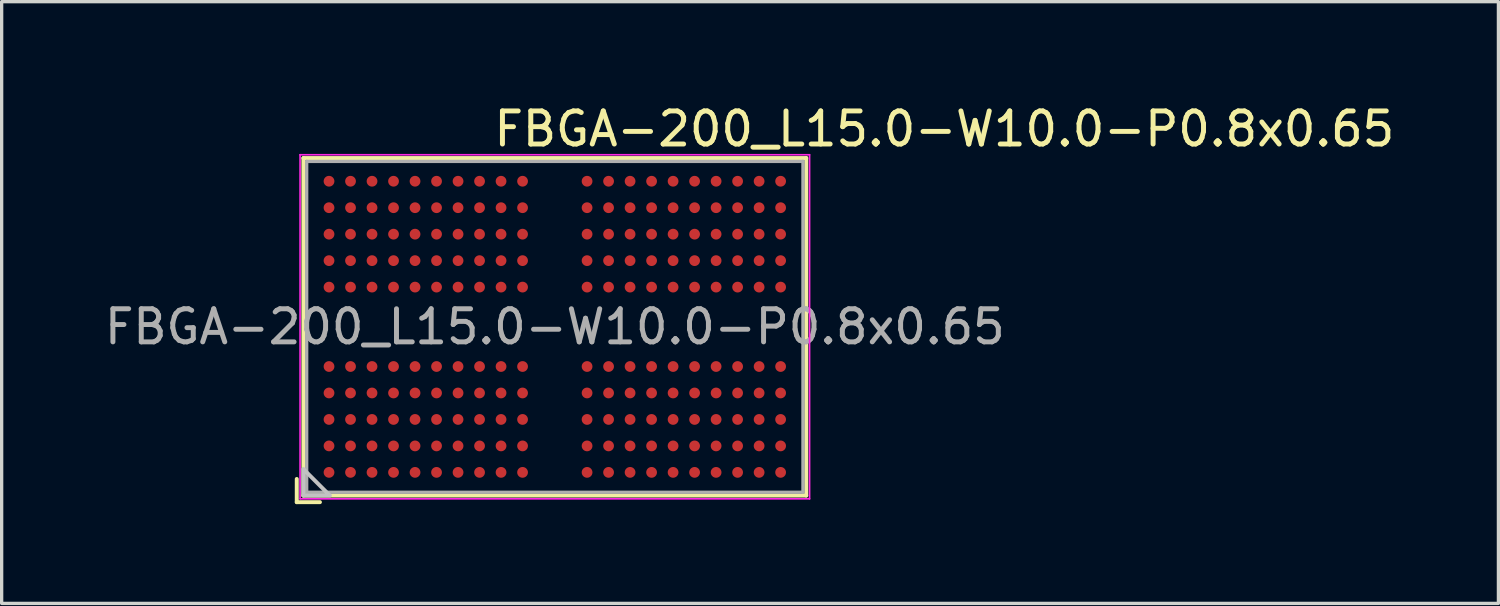
<source format=kicad_pcb>
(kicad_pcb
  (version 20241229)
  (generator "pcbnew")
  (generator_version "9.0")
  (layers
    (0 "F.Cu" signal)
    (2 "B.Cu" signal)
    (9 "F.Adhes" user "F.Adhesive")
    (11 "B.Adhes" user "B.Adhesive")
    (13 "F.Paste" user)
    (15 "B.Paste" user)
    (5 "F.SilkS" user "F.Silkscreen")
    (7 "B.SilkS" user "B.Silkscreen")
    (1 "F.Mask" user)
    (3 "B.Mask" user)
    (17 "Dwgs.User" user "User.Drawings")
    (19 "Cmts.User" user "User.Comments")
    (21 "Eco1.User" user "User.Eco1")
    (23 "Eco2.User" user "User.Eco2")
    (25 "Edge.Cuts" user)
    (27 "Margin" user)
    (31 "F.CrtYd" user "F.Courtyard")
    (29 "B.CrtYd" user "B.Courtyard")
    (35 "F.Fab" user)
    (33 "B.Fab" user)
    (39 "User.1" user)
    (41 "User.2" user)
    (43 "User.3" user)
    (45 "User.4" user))
  (footprint "FBGA-200_L15.0-W10.0-P0.8x0.65"
    (layer "F.Cu")
    (at 13.72 6.828)
    (property "Reference" "FBGA-200_L15.0-W10.0-P0.8x0.65" (at -1.92 -5.98 0) (layer "F.SilkS") (effects (font (size 1 1) (thickness 0.15)) (justify left)))
    (attr through_hole)
    (fp_line (start -7.8 4.6) (end -7.8 5.3) (stroke (width 0.12) (type solid)) (layer "F.SilkS"))
    (fp_line (start -7.8 5.3) (end -7.1 5.3) (stroke (width 0.12) (type solid)) (layer "F.SilkS"))
    (fp_line (start -7.6 -5.1) (end 7.6 -5.1) (stroke (width 0.12) (type solid)) (layer "F.SilkS"))
    (fp_line (start -7.6 5.1) (end -7.6 -5.1) (stroke (width 0.12) (type solid)) (layer "F.SilkS"))
    (fp_line (start 7.6 -5.1) (end 7.6 5.1) (stroke (width 0.12) (type solid)) (layer "F.SilkS"))
    (fp_line (start 7.6 5.1) (end -7.6 5.1) (stroke (width 0.12) (type solid)) (layer "F.SilkS"))
    (fp_poly (pts (xy -6.8 5.1) (xy -7.6 5.1) (xy -7.6 4.3) (xy -6.8 5.1)) (stroke (width 0.12) (type solid)) (fill no) (layer "Dwgs.User"))
    (fp_circle (center -7.5 5) (end -7.47 5) (stroke (width 0.06) (type solid)) (fill no) (layer "Eco2.User"))
    (fp_circle (center -6.825 -4.4) (end -6.75 -4.4) (stroke (width 0.15) (type solid)) (fill no) (layer "Eco2.User"))
    (fp_circle (center -6.825 -3.6) (end -6.75 -3.6) (stroke (width 0.15) (type solid)) (fill no) (layer "Eco2.User"))
    (fp_circle (center -6.825 -2.8) (end -6.75 -2.8) (stroke (width 0.15) (type solid)) (fill no) (layer "Eco2.User"))
    (fp_circle (center -6.825 -2) (end -6.75 -2) (stroke (width 0.15) (type solid)) (fill no) (layer "Eco2.User"))
    (fp_circle (center -6.825 -1.2) (end -6.75 -1.2) (stroke (width 0.15) (type solid)) (fill no) (layer "Eco2.User"))
    (fp_circle (center -6.825 1.2) (end -6.75 1.2) (stroke (width 0.15) (type solid)) (fill no) (layer "Eco2.User"))
    (fp_circle (center -6.825 2) (end -6.75 2) (stroke (width 0.15) (type solid)) (fill no) (layer "Eco2.User"))
    (fp_circle (center -6.825 2.8) (end -6.75 2.8) (stroke (width 0.15) (type solid)) (fill no) (layer "Eco2.User"))
    (fp_circle (center -6.825 3.6) (end -6.75 3.6) (stroke (width 0.15) (type solid)) (fill no) (layer "Eco2.User"))
    (fp_circle (center -6.825 4.4) (end -6.75 4.4) (stroke (width 0.15) (type solid)) (fill no) (layer "Eco2.User"))
    (fp_circle (center -6.175 -4.4) (end -6.1 -4.4) (stroke (width 0.15) (type solid)) (fill no) (layer "Eco2.User"))
    (fp_circle (center -6.175 -3.6) (end -6.1 -3.6) (stroke (width 0.15) (type solid)) (fill no) (layer "Eco2.User"))
    (fp_circle (center -6.175 -2.8) (end -6.1 -2.8) (stroke (width 0.15) (type solid)) (fill no) (layer "Eco2.User"))
    (fp_circle (center -6.175 -2) (end -6.1 -2) (stroke (width 0.15) (type solid)) (fill no) (layer "Eco2.User"))
    (fp_circle (center -6.175 -1.2) (end -6.1 -1.2) (stroke (width 0.15) (type solid)) (fill no) (layer "Eco2.User"))
    (fp_circle (center -6.175 1.2) (end -6.1 1.2) (stroke (width 0.15) (type solid)) (fill no) (layer "Eco2.User"))
    (fp_circle (center -6.175 2) (end -6.1 2) (stroke (width 0.15) (type solid)) (fill no) (layer "Eco2.User"))
    (fp_circle (center -6.175 2.8) (end -6.1 2.8) (stroke (width 0.15) (type solid)) (fill no) (layer "Eco2.User"))
    (fp_circle (center -6.175 3.6) (end -6.1 3.6) (stroke (width 0.15) (type solid)) (fill no) (layer "Eco2.User"))
    (fp_circle (center -6.175 4.4) (end -6.1 4.4) (stroke (width 0.15) (type solid)) (fill no) (layer "Eco2.User"))
    (fp_circle (center -5.525 -4.4) (end -5.45 -4.4) (stroke (width 0.15) (type solid)) (fill no) (layer "Eco2.User"))
    (fp_circle (center -5.525 -3.6) (end -5.45 -3.6) (stroke (width 0.15) (type solid)) (fill no) (layer "Eco2.User"))
    (fp_circle (center -5.525 -2.8) (end -5.45 -2.8) (stroke (width 0.15) (type solid)) (fill no) (layer "Eco2.User"))
    (fp_circle (center -5.525 -2) (end -5.45 -2) (stroke (width 0.15) (type solid)) (fill no) (layer "Eco2.User"))
    (fp_circle (center -5.525 -1.2) (end -5.45 -1.2) (stroke (width 0.15) (type solid)) (fill no) (layer "Eco2.User"))
    (fp_circle (center -5.525 1.2) (end -5.45 1.2) (stroke (width 0.15) (type solid)) (fill no) (layer "Eco2.User"))
    (fp_circle (center -5.525 2) (end -5.45 2) (stroke (width 0.15) (type solid)) (fill no) (layer "Eco2.User"))
    (fp_circle (center -5.525 2.8) (end -5.45 2.8) (stroke (width 0.15) (type solid)) (fill no) (layer "Eco2.User"))
    (fp_circle (center -5.525 3.6) (end -5.45 3.6) (stroke (width 0.15) (type solid)) (fill no) (layer "Eco2.User"))
    (fp_circle (center -5.525 4.4) (end -5.45 4.4) (stroke (width 0.15) (type solid)) (fill no) (layer "Eco2.User"))
    (fp_circle (center -4.875 -4.4) (end -4.8 -4.4) (stroke (width 0.15) (type solid)) (fill no) (layer "Eco2.User"))
    (fp_circle (center -4.875 -3.6) (end -4.8 -3.6) (stroke (width 0.15) (type solid)) (fill no) (layer "Eco2.User"))
    (fp_circle (center -4.875 -2.8) (end -4.8 -2.8) (stroke (width 0.15) (type solid)) (fill no) (layer "Eco2.User"))
    (fp_circle (center -4.875 -2) (end -4.8 -2) (stroke (width 0.15) (type solid)) (fill no) (layer "Eco2.User"))
    (fp_circle (center -4.875 -1.2) (end -4.8 -1.2) (stroke (width 0.15) (type solid)) (fill no) (layer "Eco2.User"))
    (fp_circle (center -4.875 1.2) (end -4.8 1.2) (stroke (width 0.15) (type solid)) (fill no) (layer "Eco2.User"))
    (fp_circle (center -4.875 2) (end -4.8 2) (stroke (width 0.15) (type solid)) (fill no) (layer "Eco2.User"))
    (fp_circle (center -4.875 2.8) (end -4.8 2.8) (stroke (width 0.15) (type solid)) (fill no) (layer "Eco2.User"))
    (fp_circle (center -4.875 3.6) (end -4.8 3.6) (stroke (width 0.15) (type solid)) (fill no) (layer "Eco2.User"))
    (fp_circle (center -4.875 4.4) (end -4.8 4.4) (stroke (width 0.15) (type solid)) (fill no) (layer "Eco2.User"))
    (fp_circle (center -4.225 -4.4) (end -4.15 -4.4) (stroke (width 0.15) (type solid)) (fill no) (layer "Eco2.User"))
    (fp_circle (center -4.225 -3.6) (end -4.15 -3.6) (stroke (width 0.15) (type solid)) (fill no) (layer "Eco2.User"))
    (fp_circle (center -4.225 -2.8) (end -4.15 -2.8) (stroke (width 0.15) (type solid)) (fill no) (layer "Eco2.User"))
    (fp_circle (center -4.225 -2) (end -4.15 -2) (stroke (width 0.15) (type solid)) (fill no) (layer "Eco2.User"))
    (fp_circle (center -4.225 -1.2) (end -4.15 -1.2) (stroke (width 0.15) (type solid)) (fill no) (layer "Eco2.User"))
    (fp_circle (center -4.225 1.2) (end -4.15 1.2) (stroke (width 0.15) (type solid)) (fill no) (layer "Eco2.User"))
    (fp_circle (center -4.225 2) (end -4.15 2) (stroke (width 0.15) (type solid)) (fill no) (layer "Eco2.User"))
    (fp_circle (center -4.225 2.8) (end -4.15 2.8) (stroke (width 0.15) (type solid)) (fill no) (layer "Eco2.User"))
    (fp_circle (center -4.225 3.6) (end -4.15 3.6) (stroke (width 0.15) (type solid)) (fill no) (layer "Eco2.User"))
    (fp_circle (center -4.225 4.4) (end -4.15 4.4) (stroke (width 0.15) (type solid)) (fill no) (layer "Eco2.User"))
    (fp_circle (center -3.575 -4.4) (end -3.5 -4.4) (stroke (width 0.15) (type solid)) (fill no) (layer "Eco2.User"))
    (fp_circle (center -3.575 -3.6) (end -3.5 -3.6) (stroke (width 0.15) (type solid)) (fill no) (layer "Eco2.User"))
    (fp_circle (center -3.575 -2.8) (end -3.5 -2.8) (stroke (width 0.15) (type solid)) (fill no) (layer "Eco2.User"))
    (fp_circle (center -3.575 -2) (end -3.5 -2) (stroke (width 0.15) (type solid)) (fill no) (layer "Eco2.User"))
    (fp_circle (center -3.575 -1.2) (end -3.5 -1.2) (stroke (width 0.15) (type solid)) (fill no) (layer "Eco2.User"))
    (fp_circle (center -3.575 1.2) (end -3.5 1.2) (stroke (width 0.15) (type solid)) (fill no) (layer "Eco2.User"))
    (fp_circle (center -3.575 2) (end -3.5 2) (stroke (width 0.15) (type solid)) (fill no) (layer "Eco2.User"))
    (fp_circle (center -3.575 2.8) (end -3.5 2.8) (stroke (width 0.15) (type solid)) (fill no) (layer "Eco2.User"))
    (fp_circle (center -3.575 3.6) (end -3.5 3.6) (stroke (width 0.15) (type solid)) (fill no) (layer "Eco2.User"))
    (fp_circle (center -3.575 4.4) (end -3.5 4.4) (stroke (width 0.15) (type solid)) (fill no) (layer "Eco2.User"))
    (fp_circle (center -2.925 -4.4) (end -2.85 -4.4) (stroke (width 0.15) (type solid)) (fill no) (layer "Eco2.User"))
    (fp_circle (center -2.925 -3.6) (end -2.85 -3.6) (stroke (width 0.15) (type solid)) (fill no) (layer "Eco2.User"))
    (fp_circle (center -2.925 -2.8) (end -2.85 -2.8) (stroke (width 0.15) (type solid)) (fill no) (layer "Eco2.User"))
    (fp_circle (center -2.925 -2) (end -2.85 -2) (stroke (width 0.15) (type solid)) (fill no) (layer "Eco2.User"))
    (fp_circle (center -2.925 -1.2) (end -2.85 -1.2) (stroke (width 0.15) (type solid)) (fill no) (layer "Eco2.User"))
    (fp_circle (center -2.925 1.2) (end -2.85 1.2) (stroke (width 0.15) (type solid)) (fill no) (layer "Eco2.User"))
    (fp_circle (center -2.925 2) (end -2.85 2) (stroke (width 0.15) (type solid)) (fill no) (layer "Eco2.User"))
    (fp_circle (center -2.925 2.8) (end -2.85 2.8) (stroke (width 0.15) (type solid)) (fill no) (layer "Eco2.User"))
    (fp_circle (center -2.925 3.6) (end -2.85 3.6) (stroke (width 0.15) (type solid)) (fill no) (layer "Eco2.User"))
    (fp_circle (center -2.925 4.4) (end -2.85 4.4) (stroke (width 0.15) (type solid)) (fill no) (layer "Eco2.User"))
    (fp_circle (center -2.275 -4.4) (end -2.2 -4.4) (stroke (width 0.15) (type solid)) (fill no) (layer "Eco2.User"))
    (fp_circle (center -2.275 -3.6) (end -2.2 -3.6) (stroke (width 0.15) (type solid)) (fill no) (layer "Eco2.User"))
    (fp_circle (center -2.275 -2.8) (end -2.2 -2.8) (stroke (width 0.15) (type solid)) (fill no) (layer "Eco2.User"))
    (fp_circle (center -2.275 -2) (end -2.2 -2) (stroke (width 0.15) (type solid)) (fill no) (layer "Eco2.User"))
    (fp_circle (center -2.275 -1.2) (end -2.2 -1.2) (stroke (width 0.15) (type solid)) (fill no) (layer "Eco2.User"))
    (fp_circle (center -2.275 1.2) (end -2.2 1.2) (stroke (width 0.15) (type solid)) (fill no) (layer "Eco2.User"))
    (fp_circle (center -2.275 2) (end -2.2 2) (stroke (width 0.15) (type solid)) (fill no) (layer "Eco2.User"))
    (fp_circle (center -2.275 2.8) (end -2.2 2.8) (stroke (width 0.15) (type solid)) (fill no) (layer "Eco2.User"))
    (fp_circle (center -2.275 3.6) (end -2.2 3.6) (stroke (width 0.15) (type solid)) (fill no) (layer "Eco2.User"))
    (fp_circle (center -2.275 4.4) (end -2.2 4.4) (stroke (width 0.15) (type solid)) (fill no) (layer "Eco2.User"))
    (fp_circle (center -1.625 -4.4) (end -1.55 -4.4) (stroke (width 0.15) (type solid)) (fill no) (layer "Eco2.User"))
    (fp_circle (center -1.625 -3.6) (end -1.55 -3.6) (stroke (width 0.15) (type solid)) (fill no) (layer "Eco2.User"))
    (fp_circle (center -1.625 -2.8) (end -1.55 -2.8) (stroke (width 0.15) (type solid)) (fill no) (layer "Eco2.User"))
    (fp_circle (center -1.625 -2) (end -1.55 -2) (stroke (width 0.15) (type solid)) (fill no) (layer "Eco2.User"))
    (fp_circle (center -1.625 -1.2) (end -1.55 -1.2) (stroke (width 0.15) (type solid)) (fill no) (layer "Eco2.User"))
    (fp_circle (center -1.625 1.2) (end -1.55 1.2) (stroke (width 0.15) (type solid)) (fill no) (layer "Eco2.User"))
    (fp_circle (center -1.625 2) (end -1.55 2) (stroke (width 0.15) (type solid)) (fill no) (layer "Eco2.User"))
    (fp_circle (center -1.625 2.8) (end -1.55 2.8) (stroke (width 0.15) (type solid)) (fill no) (layer "Eco2.User"))
    (fp_circle (center -1.625 3.6) (end -1.55 3.6) (stroke (width 0.15) (type solid)) (fill no) (layer "Eco2.User"))
    (fp_circle (center -1.625 4.4) (end -1.55 4.4) (stroke (width 0.15) (type solid)) (fill no) (layer "Eco2.User"))
    (fp_circle (center -0.975 -4.4) (end -0.9 -4.4) (stroke (width 0.15) (type solid)) (fill no) (layer "Eco2.User"))
    (fp_circle (center -0.975 -3.6) (end -0.9 -3.6) (stroke (width 0.15) (type solid)) (fill no) (layer "Eco2.User"))
    (fp_circle (center -0.975 -2.8) (end -0.9 -2.8) (stroke (width 0.15) (type solid)) (fill no) (layer "Eco2.User"))
    (fp_circle (center -0.975 -2) (end -0.9 -2) (stroke (width 0.15) (type solid)) (fill no) (layer "Eco2.User"))
    (fp_circle (center -0.975 -1.2) (end -0.9 -1.2) (stroke (width 0.15) (type solid)) (fill no) (layer "Eco2.User"))
    (fp_circle (center -0.975 1.2) (end -0.9 1.2) (stroke (width 0.15) (type solid)) (fill no) (layer "Eco2.User"))
    (fp_circle (center -0.975 2) (end -0.9 2) (stroke (width 0.15) (type solid)) (fill no) (layer "Eco2.User"))
    (fp_circle (center -0.975 2.8) (end -0.9 2.8) (stroke (width 0.15) (type solid)) (fill no) (layer "Eco2.User"))
    (fp_circle (center -0.975 3.6) (end -0.9 3.6) (stroke (width 0.15) (type solid)) (fill no) (layer "Eco2.User"))
    (fp_circle (center -0.975 4.4) (end -0.9 4.4) (stroke (width 0.15) (type solid)) (fill no) (layer "Eco2.User"))
    (fp_circle (center 0.975 -4.4) (end 1.05 -4.4) (stroke (width 0.15) (type solid)) (fill no) (layer "Eco2.User"))
    (fp_circle (center 0.975 -3.6) (end 1.05 -3.6) (stroke (width 0.15) (type solid)) (fill no) (layer "Eco2.User"))
    (fp_circle (center 0.975 -2.8) (end 1.05 -2.8) (stroke (width 0.15) (type solid)) (fill no) (layer "Eco2.User"))
    (fp_circle (center 0.975 -2) (end 1.05 -2) (stroke (width 0.15) (type solid)) (fill no) (layer "Eco2.User"))
    (fp_circle (center 0.975 -1.2) (end 1.05 -1.2) (stroke (width 0.15) (type solid)) (fill no) (layer "Eco2.User"))
    (fp_circle (center 0.975 1.2) (end 1.05 1.2) (stroke (width 0.15) (type solid)) (fill no) (layer "Eco2.User"))
    (fp_circle (center 0.975 2) (end 1.05 2) (stroke (width 0.15) (type solid)) (fill no) (layer "Eco2.User"))
    (fp_circle (center 0.975 2.8) (end 1.05 2.8) (stroke (width 0.15) (type solid)) (fill no) (layer "Eco2.User"))
    (fp_circle (center 0.975 3.6) (end 1.05 3.6) (stroke (width 0.15) (type solid)) (fill no) (layer "Eco2.User"))
    (fp_circle (center 0.975 4.4) (end 1.05 4.4) (stroke (width 0.15) (type solid)) (fill no) (layer "Eco2.User"))
    (fp_circle (center 1.625 -4.4) (end 1.7 -4.4) (stroke (width 0.15) (type solid)) (fill no) (layer "Eco2.User"))
    (fp_circle (center 1.625 -3.6) (end 1.7 -3.6) (stroke (width 0.15) (type solid)) (fill no) (layer "Eco2.User"))
    (fp_circle (center 1.625 -2.8) (end 1.7 -2.8) (stroke (width 0.15) (type solid)) (fill no) (layer "Eco2.User"))
    (fp_circle (center 1.625 -2) (end 1.7 -2) (stroke (width 0.15) (type solid)) (fill no) (layer "Eco2.User"))
    (fp_circle (center 1.625 -1.2) (end 1.7 -1.2) (stroke (width 0.15) (type solid)) (fill no) (layer "Eco2.User"))
    (fp_circle (center 1.625 1.2) (end 1.7 1.2) (stroke (width 0.15) (type solid)) (fill no) (layer "Eco2.User"))
    (fp_circle (center 1.625 2) (end 1.7 2) (stroke (width 0.15) (type solid)) (fill no) (layer "Eco2.User"))
    (fp_circle (center 1.625 2.8) (end 1.7 2.8) (stroke (width 0.15) (type solid)) (fill no) (layer "Eco2.User"))
    (fp_circle (center 1.625 3.6) (end 1.7 3.6) (stroke (width 0.15) (type solid)) (fill no) (layer "Eco2.User"))
    (fp_circle (center 1.625 4.4) (end 1.7 4.4) (stroke (width 0.15) (type solid)) (fill no) (layer "Eco2.User"))
    (fp_circle (center 2.275 -4.4) (end 2.35 -4.4) (stroke (width 0.15) (type solid)) (fill no) (layer "Eco2.User"))
    (fp_circle (center 2.275 -3.6) (end 2.35 -3.6) (stroke (width 0.15) (type solid)) (fill no) (layer "Eco2.User"))
    (fp_circle (center 2.275 -2.8) (end 2.35 -2.8) (stroke (width 0.15) (type solid)) (fill no) (layer "Eco2.User"))
    (fp_circle (center 2.275 -2) (end 2.35 -2) (stroke (width 0.15) (type solid)) (fill no) (layer "Eco2.User"))
    (fp_circle (center 2.275 -1.2) (end 2.35 -1.2) (stroke (width 0.15) (type solid)) (fill no) (layer "Eco2.User"))
    (fp_circle (center 2.275 1.2) (end 2.35 1.2) (stroke (width 0.15) (type solid)) (fill no) (layer "Eco2.User"))
    (fp_circle (center 2.275 2) (end 2.35 2) (stroke (width 0.15) (type solid)) (fill no) (layer "Eco2.User"))
    (fp_circle (center 2.275 2.8) (end 2.35 2.8) (stroke (width 0.15) (type solid)) (fill no) (layer "Eco2.User"))
    (fp_circle (center 2.275 3.6) (end 2.35 3.6) (stroke (width 0.15) (type solid)) (fill no) (layer "Eco2.User"))
    (fp_circle (center 2.275 4.4) (end 2.35 4.4) (stroke (width 0.15) (type solid)) (fill no) (layer "Eco2.User"))
    (fp_circle (center 2.925 -4.4) (end 3 -4.4) (stroke (width 0.15) (type solid)) (fill no) (layer "Eco2.User"))
    (fp_circle (center 2.925 -3.6) (end 3 -3.6) (stroke (width 0.15) (type solid)) (fill no) (layer "Eco2.User"))
    (fp_circle (center 2.925 -2.8) (end 3 -2.8) (stroke (width 0.15) (type solid)) (fill no) (layer "Eco2.User"))
    (fp_circle (center 2.925 -2) (end 3 -2) (stroke (width 0.15) (type solid)) (fill no) (layer "Eco2.User"))
    (fp_circle (center 2.925 -1.2) (end 3 -1.2) (stroke (width 0.15) (type solid)) (fill no) (layer "Eco2.User"))
    (fp_circle (center 2.925 1.2) (end 3 1.2) (stroke (width 0.15) (type solid)) (fill no) (layer "Eco2.User"))
    (fp_circle (center 2.925 2) (end 3 2) (stroke (width 0.15) (type solid)) (fill no) (layer "Eco2.User"))
    (fp_circle (center 2.925 2.8) (end 3 2.8) (stroke (width 0.15) (type solid)) (fill no) (layer "Eco2.User"))
    (fp_circle (center 2.925 3.6) (end 3 3.6) (stroke (width 0.15) (type solid)) (fill no) (layer "Eco2.User"))
    (fp_circle (center 2.925 4.4) (end 3 4.4) (stroke (width 0.15) (type solid)) (fill no) (layer "Eco2.User"))
    (fp_circle (center 3.575 -4.4) (end 3.65 -4.4) (stroke (width 0.15) (type solid)) (fill no) (layer "Eco2.User"))
    (fp_circle (center 3.575 -3.6) (end 3.65 -3.6) (stroke (width 0.15) (type solid)) (fill no) (layer "Eco2.User"))
    (fp_circle (center 3.575 -2.8) (end 3.65 -2.8) (stroke (width 0.15) (type solid)) (fill no) (layer "Eco2.User"))
    (fp_circle (center 3.575 -2) (end 3.65 -2) (stroke (width 0.15) (type solid)) (fill no) (layer "Eco2.User"))
    (fp_circle (center 3.575 -1.2) (end 3.65 -1.2) (stroke (width 0.15) (type solid)) (fill no) (layer "Eco2.User"))
    (fp_circle (center 3.575 1.2) (end 3.65 1.2) (stroke (width 0.15) (type solid)) (fill no) (layer "Eco2.User"))
    (fp_circle (center 3.575 2) (end 3.65 2) (stroke (width 0.15) (type solid)) (fill no) (layer "Eco2.User"))
    (fp_circle (center 3.575 2.8) (end 3.65 2.8) (stroke (width 0.15) (type solid)) (fill no) (layer "Eco2.User"))
    (fp_circle (center 3.575 3.6) (end 3.65 3.6) (stroke (width 0.15) (type solid)) (fill no) (layer "Eco2.User"))
    (fp_circle (center 3.575 4.4) (end 3.65 4.4) (stroke (width 0.15) (type solid)) (fill no) (layer "Eco2.User"))
    (fp_circle (center 4.225 -4.4) (end 4.3 -4.4) (stroke (width 0.15) (type solid)) (fill no) (layer "Eco2.User"))
    (fp_circle (center 4.225 -3.6) (end 4.3 -3.6) (stroke (width 0.15) (type solid)) (fill no) (layer "Eco2.User"))
    (fp_circle (center 4.225 -2.8) (end 4.3 -2.8) (stroke (width 0.15) (type solid)) (fill no) (layer "Eco2.User"))
    (fp_circle (center 4.225 -2) (end 4.3 -2) (stroke (width 0.15) (type solid)) (fill no) (layer "Eco2.User"))
    (fp_circle (center 4.225 -1.2) (end 4.3 -1.2) (stroke (width 0.15) (type solid)) (fill no) (layer "Eco2.User"))
    (fp_circle (center 4.225 1.2) (end 4.3 1.2) (stroke (width 0.15) (type solid)) (fill no) (layer "Eco2.User"))
    (fp_circle (center 4.225 2) (end 4.3 2) (stroke (width 0.15) (type solid)) (fill no) (layer "Eco2.User"))
    (fp_circle (center 4.225 2.8) (end 4.3 2.8) (stroke (width 0.15) (type solid)) (fill no) (layer "Eco2.User"))
    (fp_circle (center 4.225 3.6) (end 4.3 3.6) (stroke (width 0.15) (type solid)) (fill no) (layer "Eco2.User"))
    (fp_circle (center 4.225 4.4) (end 4.3 4.4) (stroke (width 0.15) (type solid)) (fill no) (layer "Eco2.User"))
    (fp_circle (center 4.875 -4.4) (end 4.95 -4.4) (stroke (width 0.15) (type solid)) (fill no) (layer "Eco2.User"))
    (fp_circle (center 4.875 -3.6) (end 4.95 -3.6) (stroke (width 0.15) (type solid)) (fill no) (layer "Eco2.User"))
    (fp_circle (center 4.875 -2.8) (end 4.95 -2.8) (stroke (width 0.15) (type solid)) (fill no) (layer "Eco2.User"))
    (fp_circle (center 4.875 -2) (end 4.95 -2) (stroke (width 0.15) (type solid)) (fill no) (layer "Eco2.User"))
    (fp_circle (center 4.875 -1.2) (end 4.95 -1.2) (stroke (width 0.15) (type solid)) (fill no) (layer "Eco2.User"))
    (fp_circle (center 4.875 1.2) (end 4.95 1.2) (stroke (width 0.15) (type solid)) (fill no) (layer "Eco2.User"))
    (fp_circle (center 4.875 2) (end 4.95 2) (stroke (width 0.15) (type solid)) (fill no) (layer "Eco2.User"))
    (fp_circle (center 4.875 2.8) (end 4.95 2.8) (stroke (width 0.15) (type solid)) (fill no) (layer "Eco2.User"))
    (fp_circle (center 4.875 3.6) (end 4.95 3.6) (stroke (width 0.15) (type solid)) (fill no) (layer "Eco2.User"))
    (fp_circle (center 4.875 4.4) (end 4.95 4.4) (stroke (width 0.15) (type solid)) (fill no) (layer "Eco2.User"))
    (fp_circle (center 5.525 -4.4) (end 5.6 -4.4) (stroke (width 0.15) (type solid)) (fill no) (layer "Eco2.User"))
    (fp_circle (center 5.525 -3.6) (end 5.6 -3.6) (stroke (width 0.15) (type solid)) (fill no) (layer "Eco2.User"))
    (fp_circle (center 5.525 -2.8) (end 5.6 -2.8) (stroke (width 0.15) (type solid)) (fill no) (layer "Eco2.User"))
    (fp_circle (center 5.525 -2) (end 5.6 -2) (stroke (width 0.15) (type solid)) (fill no) (layer "Eco2.User"))
    (fp_circle (center 5.525 -1.2) (end 5.6 -1.2) (stroke (width 0.15) (type solid)) (fill no) (layer "Eco2.User"))
    (fp_circle (center 5.525 1.2) (end 5.6 1.2) (stroke (width 0.15) (type solid)) (fill no) (layer "Eco2.User"))
    (fp_circle (center 5.525 2) (end 5.6 2) (stroke (width 0.15) (type solid)) (fill no) (layer "Eco2.User"))
    (fp_circle (center 5.525 2.8) (end 5.6 2.8) (stroke (width 0.15) (type solid)) (fill no) (layer "Eco2.User"))
    (fp_circle (center 5.525 3.6) (end 5.6 3.6) (stroke (width 0.15) (type solid)) (fill no) (layer "Eco2.User"))
    (fp_circle (center 5.525 4.4) (end 5.6 4.4) (stroke (width 0.15) (type solid)) (fill no) (layer "Eco2.User"))
    (fp_circle (center 6.175 -4.4) (end 6.25 -4.4) (stroke (width 0.15) (type solid)) (fill no) (layer "Eco2.User"))
    (fp_circle (center 6.175 -3.6) (end 6.25 -3.6) (stroke (width 0.15) (type solid)) (fill no) (layer "Eco2.User"))
    (fp_circle (center 6.175 -2.8) (end 6.25 -2.8) (stroke (width 0.15) (type solid)) (fill no) (layer "Eco2.User"))
    (fp_circle (center 6.175 -2) (end 6.25 -2) (stroke (width 0.15) (type solid)) (fill no) (layer "Eco2.User"))
    (fp_circle (center 6.175 -1.2) (end 6.25 -1.2) (stroke (width 0.15) (type solid)) (fill no) (layer "Eco2.User"))
    (fp_circle (center 6.175 1.2) (end 6.25 1.2) (stroke (width 0.15) (type solid)) (fill no) (layer "Eco2.User"))
    (fp_circle (center 6.175 2) (end 6.25 2) (stroke (width 0.15) (type solid)) (fill no) (layer "Eco2.User"))
    (fp_circle (center 6.175 2.8) (end 6.25 2.8) (stroke (width 0.15) (type solid)) (fill no) (layer "Eco2.User"))
    (fp_circle (center 6.175 3.6) (end 6.25 3.6) (stroke (width 0.15) (type solid)) (fill no) (layer "Eco2.User"))
    (fp_circle (center 6.175 4.4) (end 6.25 4.4) (stroke (width 0.15) (type solid)) (fill no) (layer "Eco2.User"))
    (fp_circle (center 6.825 -4.4) (end 6.9 -4.4) (stroke (width 0.15) (type solid)) (fill no) (layer "Eco2.User"))
    (fp_circle (center 6.825 -3.6) (end 6.9 -3.6) (stroke (width 0.15) (type solid)) (fill no) (layer "Eco2.User"))
    (fp_circle (center 6.825 -2.8) (end 6.9 -2.8) (stroke (width 0.15) (type solid)) (fill no) (layer "Eco2.User"))
    (fp_circle (center 6.825 -2) (end 6.9 -2) (stroke (width 0.15) (type solid)) (fill no) (layer "Eco2.User"))
    (fp_circle (center 6.825 -1.2) (end 6.9 -1.2) (stroke (width 0.15) (type solid)) (fill no) (layer "Eco2.User"))
    (fp_circle (center 6.825 1.2) (end 6.9 1.2) (stroke (width 0.15) (type solid)) (fill no) (layer "Eco2.User"))
    (fp_circle (center 6.825 2) (end 6.9 2) (stroke (width 0.15) (type solid)) (fill no) (layer "Eco2.User"))
    (fp_circle (center 6.825 2.8) (end 6.9 2.8) (stroke (width 0.15) (type solid)) (fill no) (layer "Eco2.User"))
    (fp_circle (center 6.825 3.6) (end 6.9 3.6) (stroke (width 0.15) (type solid)) (fill no) (layer "Eco2.User"))
    (fp_circle (center 6.825 4.4) (end 6.9 4.4) (stroke (width 0.15) (type solid)) (fill no) (layer "Eco2.User"))
    (fp_line (start -7.7 -5.2) (end -7.7 5.2) (stroke (width 0.05) (type solid)) (layer "F.CrtYd"))
    (fp_line (start -7.7 5.2) (end 7.7 5.2) (stroke (width 0.05) (type solid)) (layer "F.CrtYd"))
    (fp_line (start 7.7 -5.2) (end -7.7 -5.2) (stroke (width 0.05) (type solid)) (layer "F.CrtYd"))
    (fp_line (start 7.7 5.2) (end 7.7 -5.2) (stroke (width 0.05) (type solid)) (layer "F.CrtYd"))
    (fp_line (start -7.5 -5) (end -7.5 5) (stroke (width 0.1) (type default)) (layer "F.Fab"))
    (fp_line (start -7.5 5) (end 7.5 5) (stroke (width 0.1) (type default)) (layer "F.Fab"))
    (fp_line (start 7.5 -5) (end -7.5 -5) (stroke (width 0.1) (type default)) (layer "F.Fab"))
    (fp_line (start 7.5 5) (end 7.5 -5) (stroke (width 0.1) (type default)) (layer "F.Fab"))
    (fp_text user "${REFERENCE}" (at 0 0 0) (layer "F.Fab") (effects (font (size 1 1) (thickness 0.15))))
    (pad "A1" smd circle (at -6.825 4.4) (size 0.325 0.325) (layers "F.Cu" "F.Mask" "F.Paste"))
    (pad "A2" smd circle (at -6.825 3.6) (size 0.325 0.325) (layers "F.Cu" "F.Mask" "F.Paste"))
    (pad "A3" smd circle (at -6.825 2.8) (size 0.325 0.325) (layers "F.Cu" "F.Mask" "F.Paste"))
    (pad "A4" smd circle (at -6.825 2) (size 0.325 0.325) (layers "F.Cu" "F.Mask" "F.Paste"))
    (pad "A5" smd circle (at -6.825 1.2) (size 0.325 0.325) (layers "F.Cu" "F.Mask" "F.Paste"))
    (pad "A8" smd circle (at -6.825 -1.2) (size 0.325 0.325) (layers "F.Cu" "F.Mask" "F.Paste"))
    (pad "A9" smd circle (at -6.825 -2) (size 0.325 0.325) (layers "F.Cu" "F.Mask" "F.Paste"))
    (pad "A10" smd circle (at -6.825 -2.8) (size 0.325 0.325) (layers "F.Cu" "F.Mask" "F.Paste"))
    (pad "A11" smd circle (at -6.825 -3.6) (size 0.325 0.325) (layers "F.Cu" "F.Mask" "F.Paste"))
    (pad "A12" smd circle (at -6.825 -4.4) (size 0.325 0.325) (layers "F.Cu" "F.Mask" "F.Paste"))
    (pad "AA1" smd circle (at 6.175 4.4) (size 0.325 0.325) (layers "F.Cu" "F.Mask" "F.Paste"))
    (pad "AA2" smd circle (at 6.175 3.6) (size 0.325 0.325) (layers "F.Cu" "F.Mask" "F.Paste"))
    (pad "AA3" smd circle (at 6.175 2.8) (size 0.325 0.325) (layers "F.Cu" "F.Mask" "F.Paste"))
    (pad "AA4" smd circle (at 6.175 2) (size 0.325 0.325) (layers "F.Cu" "F.Mask" "F.Paste"))
    (pad "AA5" smd circle (at 6.175 1.2) (size 0.325 0.325) (layers "F.Cu" "F.Mask" "F.Paste"))
    (pad "AA8" smd circle (at 6.175 -1.2) (size 0.325 0.325) (layers "F.Cu" "F.Mask" "F.Paste"))
    (pad "AA9" smd circle (at 6.175 -2) (size 0.325 0.325) (layers "F.Cu" "F.Mask" "F.Paste"))
    (pad "AA10" smd circle (at 6.175 -2.8) (size 0.325 0.325) (layers "F.Cu" "F.Mask" "F.Paste"))
    (pad "AA11" smd circle (at 6.175 -3.6) (size 0.325 0.325) (layers "F.Cu" "F.Mask" "F.Paste"))
    (pad "AA12" smd circle (at 6.175 -4.4) (size 0.325 0.325) (layers "F.Cu" "F.Mask" "F.Paste"))
    (pad "AB1" smd circle (at 6.825 4.4) (size 0.325 0.325) (layers "F.Cu" "F.Mask" "F.Paste"))
    (pad "AB2" smd circle (at 6.825 3.6) (size 0.325 0.325) (layers "F.Cu" "F.Mask" "F.Paste"))
    (pad "AB3" smd circle (at 6.825 2.8) (size 0.325 0.325) (layers "F.Cu" "F.Mask" "F.Paste"))
    (pad "AB4" smd circle (at 6.825 2) (size 0.325 0.325) (layers "F.Cu" "F.Mask" "F.Paste"))
    (pad "AB5" smd circle (at 6.825 1.2) (size 0.325 0.325) (layers "F.Cu" "F.Mask" "F.Paste"))
    (pad "AB8" smd circle (at 6.825 -1.2) (size 0.325 0.325) (layers "F.Cu" "F.Mask" "F.Paste"))
    (pad "AB9" smd circle (at 6.825 -2) (size 0.325 0.325) (layers "F.Cu" "F.Mask" "F.Paste"))
    (pad "AB10" smd circle (at 6.825 -2.8) (size 0.325 0.325) (layers "F.Cu" "F.Mask" "F.Paste"))
    (pad "AB11" smd circle (at 6.825 -3.6) (size 0.325 0.325) (layers "F.Cu" "F.Mask" "F.Paste"))
    (pad "AB12" smd circle (at 6.825 -4.4) (size 0.325 0.325) (layers "F.Cu" "F.Mask" "F.Paste"))
    (pad "B1" smd circle (at -6.175 4.4) (size 0.325 0.325) (layers "F.Cu" "F.Mask" "F.Paste"))
    (pad "B2" smd circle (at -6.175 3.6) (size 0.325 0.325) (layers "F.Cu" "F.Mask" "F.Paste"))
    (pad "B3" smd circle (at -6.175 2.8) (size 0.325 0.325) (layers "F.Cu" "F.Mask" "F.Paste"))
    (pad "B4" smd circle (at -6.175 2) (size 0.325 0.325) (layers "F.Cu" "F.Mask" "F.Paste"))
    (pad "B5" smd circle (at -6.175 1.2) (size 0.325 0.325) (layers "F.Cu" "F.Mask" "F.Paste"))
    (pad "B8" smd circle (at -6.175 -1.2) (size 0.325 0.325) (layers "F.Cu" "F.Mask" "F.Paste"))
    (pad "B9" smd circle (at -6.175 -2) (size 0.325 0.325) (layers "F.Cu" "F.Mask" "F.Paste"))
    (pad "B10" smd circle (at -6.175 -2.8) (size 0.325 0.325) (layers "F.Cu" "F.Mask" "F.Paste"))
    (pad "B11" smd circle (at -6.175 -3.6) (size 0.325 0.325) (layers "F.Cu" "F.Mask" "F.Paste"))
    (pad "B12" smd circle (at -6.175 -4.4) (size 0.325 0.325) (layers "F.Cu" "F.Mask" "F.Paste"))
    (pad "C1" smd circle (at -5.525 4.4) (size 0.325 0.325) (layers "F.Cu" "F.Mask" "F.Paste"))
    (pad "C2" smd circle (at -5.525 3.6) (size 0.325 0.325) (layers "F.Cu" "F.Mask" "F.Paste"))
    (pad "C3" smd circle (at -5.525 2.8) (size 0.325 0.325) (layers "F.Cu" "F.Mask" "F.Paste"))
    (pad "C4" smd circle (at -5.525 2) (size 0.325 0.325) (layers "F.Cu" "F.Mask" "F.Paste"))
    (pad "C5" smd circle (at -5.525 1.2) (size 0.325 0.325) (layers "F.Cu" "F.Mask" "F.Paste"))
    (pad "C8" smd circle (at -5.525 -1.2) (size 0.325 0.325) (layers "F.Cu" "F.Mask" "F.Paste"))
    (pad "C9" smd circle (at -5.525 -2) (size 0.325 0.325) (layers "F.Cu" "F.Mask" "F.Paste"))
    (pad "C10" smd circle (at -5.525 -2.8) (size 0.325 0.325) (layers "F.Cu" "F.Mask" "F.Paste"))
    (pad "C11" smd circle (at -5.525 -3.6) (size 0.325 0.325) (layers "F.Cu" "F.Mask" "F.Paste"))
    (pad "C12" smd circle (at -5.525 -4.4) (size 0.325 0.325) (layers "F.Cu" "F.Mask" "F.Paste"))
    (pad "D1" smd circle (at -4.875 4.4) (size 0.325 0.325) (layers "F.Cu" "F.Mask" "F.Paste"))
    (pad "D2" smd circle (at -4.875 3.6) (size 0.325 0.325) (layers "F.Cu" "F.Mask" "F.Paste"))
    (pad "D3" smd circle (at -4.875 2.8) (size 0.325 0.325) (layers "F.Cu" "F.Mask" "F.Paste"))
    (pad "D4" smd circle (at -4.875 2) (size 0.325 0.325) (layers "F.Cu" "F.Mask" "F.Paste"))
    (pad "D5" smd circle (at -4.875 1.2) (size 0.325 0.325) (layers "F.Cu" "F.Mask" "F.Paste"))
    (pad "D8" smd circle (at -4.875 -1.2) (size 0.325 0.325) (layers "F.Cu" "F.Mask" "F.Paste"))
    (pad "D9" smd circle (at -4.875 -2) (size 0.325 0.325) (layers "F.Cu" "F.Mask" "F.Paste"))
    (pad "D10" smd circle (at -4.875 -2.8) (size 0.325 0.325) (layers "F.Cu" "F.Mask" "F.Paste"))
    (pad "D11" smd circle (at -4.875 -3.6) (size 0.325 0.325) (layers "F.Cu" "F.Mask" "F.Paste"))
    (pad "D12" smd circle (at -4.875 -4.4) (size 0.325 0.325) (layers "F.Cu" "F.Mask" "F.Paste"))
    (pad "E1" smd circle (at -4.225 4.4) (size 0.325 0.325) (layers "F.Cu" "F.Mask" "F.Paste"))
    (pad "E2" smd circle (at -4.225 3.6) (size 0.325 0.325) (layers "F.Cu" "F.Mask" "F.Paste"))
    (pad "E3" smd circle (at -4.225 2.8) (size 0.325 0.325) (layers "F.Cu" "F.Mask" "F.Paste"))
    (pad "E4" smd circle (at -4.225 2) (size 0.325 0.325) (layers "F.Cu" "F.Mask" "F.Paste"))
    (pad "E5" smd circle (at -4.225 1.2) (size 0.325 0.325) (layers "F.Cu" "F.Mask" "F.Paste"))
    (pad "E8" smd circle (at -4.225 -1.2) (size 0.325 0.325) (layers "F.Cu" "F.Mask" "F.Paste"))
    (pad "E9" smd circle (at -4.225 -2) (size 0.325 0.325) (layers "F.Cu" "F.Mask" "F.Paste"))
    (pad "E10" smd circle (at -4.225 -2.8) (size 0.325 0.325) (layers "F.Cu" "F.Mask" "F.Paste"))
    (pad "E11" smd circle (at -4.225 -3.6) (size 0.325 0.325) (layers "F.Cu" "F.Mask" "F.Paste"))
    (pad "E12" smd circle (at -4.225 -4.4) (size 0.325 0.325) (layers "F.Cu" "F.Mask" "F.Paste"))
    (pad "F1" smd circle (at -3.575 4.4) (size 0.325 0.325) (layers "F.Cu" "F.Mask" "F.Paste"))
    (pad "F2" smd circle (at -3.575 3.6) (size 0.325 0.325) (layers "F.Cu" "F.Mask" "F.Paste"))
    (pad "F3" smd circle (at -3.575 2.8) (size 0.325 0.325) (layers "F.Cu" "F.Mask" "F.Paste"))
    (pad "F4" smd circle (at -3.575 2) (size 0.325 0.325) (layers "F.Cu" "F.Mask" "F.Paste"))
    (pad "F5" smd circle (at -3.575 1.2) (size 0.325 0.325) (layers "F.Cu" "F.Mask" "F.Paste"))
    (pad "F8" smd circle (at -3.575 -1.2) (size 0.325 0.325) (layers "F.Cu" "F.Mask" "F.Paste"))
    (pad "F9" smd circle (at -3.575 -2) (size 0.325 0.325) (layers "F.Cu" "F.Mask" "F.Paste"))
    (pad "F10" smd circle (at -3.575 -2.8) (size 0.325 0.325) (layers "F.Cu" "F.Mask" "F.Paste"))
    (pad "F11" smd circle (at -3.575 -3.6) (size 0.325 0.325) (layers "F.Cu" "F.Mask" "F.Paste"))
    (pad "F12" smd circle (at -3.575 -4.4) (size 0.325 0.325) (layers "F.Cu" "F.Mask" "F.Paste"))
    (pad "G1" smd circle (at -2.925 4.4) (size 0.325 0.325) (layers "F.Cu" "F.Mask" "F.Paste"))
    (pad "G2" smd circle (at -2.925 3.6) (size 0.325 0.325) (layers "F.Cu" "F.Mask" "F.Paste"))
    (pad "G3" smd circle (at -2.925 2.8) (size 0.325 0.325) (layers "F.Cu" "F.Mask" "F.Paste"))
    (pad "G4" smd circle (at -2.925 2) (size 0.325 0.325) (layers "F.Cu" "F.Mask" "F.Paste"))
    (pad "G5" smd circle (at -2.925 1.2) (size 0.325 0.325) (layers "F.Cu" "F.Mask" "F.Paste"))
    (pad "G8" smd circle (at -2.925 -1.2) (size 0.325 0.325) (layers "F.Cu" "F.Mask" "F.Paste"))
    (pad "G9" smd circle (at -2.925 -2) (size 0.325 0.325) (layers "F.Cu" "F.Mask" "F.Paste"))
    (pad "G10" smd circle (at -2.925 -2.8) (size 0.325 0.325) (layers "F.Cu" "F.Mask" "F.Paste"))
    (pad "G11" smd circle (at -2.925 -3.6) (size 0.325 0.325) (layers "F.Cu" "F.Mask" "F.Paste"))
    (pad "G12" smd circle (at -2.925 -4.4) (size 0.325 0.325) (layers "F.Cu" "F.Mask" "F.Paste"))
    (pad "H1" smd circle (at -2.275 4.4) (size 0.325 0.325) (layers "F.Cu" "F.Mask" "F.Paste"))
    (pad "H2" smd circle (at -2.275 3.6) (size 0.325 0.325) (layers "F.Cu" "F.Mask" "F.Paste"))
    (pad "H3" smd circle (at -2.275 2.8) (size 0.325 0.325) (layers "F.Cu" "F.Mask" "F.Paste"))
    (pad "H4" smd circle (at -2.275 2) (size 0.325 0.325) (layers "F.Cu" "F.Mask" "F.Paste"))
    (pad "H5" smd circle (at -2.275 1.2) (size 0.325 0.325) (layers "F.Cu" "F.Mask" "F.Paste"))
    (pad "H8" smd circle (at -2.275 -1.2) (size 0.325 0.325) (layers "F.Cu" "F.Mask" "F.Paste"))
    (pad "H9" smd circle (at -2.275 -2) (size 0.325 0.325) (layers "F.Cu" "F.Mask" "F.Paste"))
    (pad "H10" smd circle (at -2.275 -2.8) (size 0.325 0.325) (layers "F.Cu" "F.Mask" "F.Paste"))
    (pad "H11" smd circle (at -2.275 -3.6) (size 0.325 0.325) (layers "F.Cu" "F.Mask" "F.Paste"))
    (pad "H12" smd circle (at -2.275 -4.4) (size 0.325 0.325) (layers "F.Cu" "F.Mask" "F.Paste"))
    (pad "J1" smd circle (at -1.625 4.4) (size 0.325 0.325) (layers "F.Cu" "F.Mask" "F.Paste"))
    (pad "J2" smd circle (at -1.625 3.6) (size 0.325 0.325) (layers "F.Cu" "F.Mask" "F.Paste"))
    (pad "J3" smd circle (at -1.625 2.8) (size 0.325 0.325) (layers "F.Cu" "F.Mask" "F.Paste"))
    (pad "J4" smd circle (at -1.625 2) (size 0.325 0.325) (layers "F.Cu" "F.Mask" "F.Paste"))
    (pad "J5" smd circle (at -1.625 1.2) (size 0.325 0.325) (layers "F.Cu" "F.Mask" "F.Paste"))
    (pad "J8" smd circle (at -1.625 -1.2) (size 0.325 0.325) (layers "F.Cu" "F.Mask" "F.Paste"))
    (pad "J9" smd circle (at -1.625 -2) (size 0.325 0.325) (layers "F.Cu" "F.Mask" "F.Paste"))
    (pad "J10" smd circle (at -1.625 -2.8) (size 0.325 0.325) (layers "F.Cu" "F.Mask" "F.Paste"))
    (pad "J11" smd circle (at -1.625 -3.6) (size 0.325 0.325) (layers "F.Cu" "F.Mask" "F.Paste"))
    (pad "J12" smd circle (at -1.625 -4.4) (size 0.325 0.325) (layers "F.Cu" "F.Mask" "F.Paste"))
    (pad "K1" smd circle (at -0.975 4.4) (size 0.325 0.325) (layers "F.Cu" "F.Mask" "F.Paste"))
    (pad "K2" smd circle (at -0.975 3.6) (size 0.325 0.325) (layers "F.Cu" "F.Mask" "F.Paste"))
    (pad "K3" smd circle (at -0.975 2.8) (size 0.325 0.325) (layers "F.Cu" "F.Mask" "F.Paste"))
    (pad "K4" smd circle (at -0.975 2) (size 0.325 0.325) (layers "F.Cu" "F.Mask" "F.Paste"))
    (pad "K5" smd circle (at -0.975 1.2) (size 0.325 0.325) (layers "F.Cu" "F.Mask" "F.Paste"))
    (pad "K8" smd circle (at -0.975 -1.2) (size 0.325 0.325) (layers "F.Cu" "F.Mask" "F.Paste"))
    (pad "K9" smd circle (at -0.975 -2) (size 0.325 0.325) (layers "F.Cu" "F.Mask" "F.Paste"))
    (pad "K10" smd circle (at -0.975 -2.8) (size 0.325 0.325) (layers "F.Cu" "F.Mask" "F.Paste"))
    (pad "K11" smd circle (at -0.975 -3.6) (size 0.325 0.325) (layers "F.Cu" "F.Mask" "F.Paste"))
    (pad "K12" smd circle (at -0.975 -4.4) (size 0.325 0.325) (layers "F.Cu" "F.Mask" "F.Paste"))
    (pad "N1" smd circle (at 0.975 4.4) (size 0.325 0.325) (layers "F.Cu" "F.Mask" "F.Paste"))
    (pad "N2" smd circle (at 0.975 3.6) (size 0.325 0.325) (layers "F.Cu" "F.Mask" "F.Paste"))
    (pad "N3" smd circle (at 0.975 2.8) (size 0.325 0.325) (layers "F.Cu" "F.Mask" "F.Paste"))
    (pad "N4" smd circle (at 0.975 2) (size 0.325 0.325) (layers "F.Cu" "F.Mask" "F.Paste"))
    (pad "N5" smd circle (at 0.975 1.2) (size 0.325 0.325) (layers "F.Cu" "F.Mask" "F.Paste"))
    (pad "N8" smd circle (at 0.975 -1.2) (size 0.325 0.325) (layers "F.Cu" "F.Mask" "F.Paste"))
    (pad "N9" smd circle (at 0.975 -2) (size 0.325 0.325) (layers "F.Cu" "F.Mask" "F.Paste"))
    (pad "N10" smd circle (at 0.975 -2.8) (size 0.325 0.325) (layers "F.Cu" "F.Mask" "F.Paste"))
    (pad "N11" smd circle (at 0.975 -3.6) (size 0.325 0.325) (layers "F.Cu" "F.Mask" "F.Paste"))
    (pad "N12" smd circle (at 0.975 -4.4) (size 0.325 0.325) (layers "F.Cu" "F.Mask" "F.Paste"))
    (pad "P1" smd circle (at 1.625 4.4) (size 0.325 0.325) (layers "F.Cu" "F.Mask" "F.Paste"))
    (pad "P2" smd circle (at 1.625 3.6) (size 0.325 0.325) (layers "F.Cu" "F.Mask" "F.Paste"))
    (pad "P3" smd circle (at 1.625 2.8) (size 0.325 0.325) (layers "F.Cu" "F.Mask" "F.Paste"))
    (pad "P4" smd circle (at 1.625 2) (size 0.325 0.325) (layers "F.Cu" "F.Mask" "F.Paste"))
    (pad "P5" smd circle (at 1.625 1.2) (size 0.325 0.325) (layers "F.Cu" "F.Mask" "F.Paste"))
    (pad "P8" smd circle (at 1.625 -1.2) (size 0.325 0.325) (layers "F.Cu" "F.Mask" "F.Paste"))
    (pad "P9" smd circle (at 1.625 -2) (size 0.325 0.325) (layers "F.Cu" "F.Mask" "F.Paste"))
    (pad "P10" smd circle (at 1.625 -2.8) (size 0.325 0.325) (layers "F.Cu" "F.Mask" "F.Paste"))
    (pad "P11" smd circle (at 1.625 -3.6) (size 0.325 0.325) (layers "F.Cu" "F.Mask" "F.Paste"))
    (pad "P12" smd circle (at 1.625 -4.4) (size 0.325 0.325) (layers "F.Cu" "F.Mask" "F.Paste"))
    (pad "R1" smd circle (at 2.275 4.4) (size 0.325 0.325) (layers "F.Cu" "F.Mask" "F.Paste"))
    (pad "R2" smd circle (at 2.275 3.6) (size 0.325 0.325) (layers "F.Cu" "F.Mask" "F.Paste"))
    (pad "R3" smd circle (at 2.275 2.8) (size 0.325 0.325) (layers "F.Cu" "F.Mask" "F.Paste"))
    (pad "R4" smd circle (at 2.275 2) (size 0.325 0.325) (layers "F.Cu" "F.Mask" "F.Paste"))
    (pad "R5" smd circle (at 2.275 1.2) (size 0.325 0.325) (layers "F.Cu" "F.Mask" "F.Paste"))
    (pad "R8" smd circle (at 2.275 -1.2) (size 0.325 0.325) (layers "F.Cu" "F.Mask" "F.Paste"))
    (pad "R9" smd circle (at 2.275 -2) (size 0.325 0.325) (layers "F.Cu" "F.Mask" "F.Paste"))
    (pad "R10" smd circle (at 2.275 -2.8) (size 0.325 0.325) (layers "F.Cu" "F.Mask" "F.Paste"))
    (pad "R11" smd circle (at 2.275 -3.6) (size 0.325 0.325) (layers "F.Cu" "F.Mask" "F.Paste"))
    (pad "R12" smd circle (at 2.275 -4.4) (size 0.325 0.325) (layers "F.Cu" "F.Mask" "F.Paste"))
    (pad "T1" smd circle (at 2.925 4.4) (size 0.325 0.325) (layers "F.Cu" "F.Mask" "F.Paste"))
    (pad "T2" smd circle (at 2.925 3.6) (size 0.325 0.325) (layers "F.Cu" "F.Mask" "F.Paste"))
    (pad "T3" smd circle (at 2.925 2.8) (size 0.325 0.325) (layers "F.Cu" "F.Mask" "F.Paste"))
    (pad "T4" smd circle (at 2.925 2) (size 0.325 0.325) (layers "F.Cu" "F.Mask" "F.Paste"))
    (pad "T5" smd circle (at 2.925 1.2) (size 0.325 0.325) (layers "F.Cu" "F.Mask" "F.Paste"))
    (pad "T8" smd circle (at 2.925 -1.2) (size 0.325 0.325) (layers "F.Cu" "F.Mask" "F.Paste"))
    (pad "T9" smd circle (at 2.925 -2) (size 0.325 0.325) (layers "F.Cu" "F.Mask" "F.Paste"))
    (pad "T10" smd circle (at 2.925 -2.8) (size 0.325 0.325) (layers "F.Cu" "F.Mask" "F.Paste"))
    (pad "T11" smd circle (at 2.925 -3.6) (size 0.325 0.325) (layers "F.Cu" "F.Mask" "F.Paste"))
    (pad "T12" smd circle (at 2.925 -4.4) (size 0.325 0.325) (layers "F.Cu" "F.Mask" "F.Paste"))
    (pad "U1" smd circle (at 3.575 4.4) (size 0.325 0.325) (layers "F.Cu" "F.Mask" "F.Paste"))
    (pad "U2" smd circle (at 3.575 3.6) (size 0.325 0.325) (layers "F.Cu" "F.Mask" "F.Paste"))
    (pad "U3" smd circle (at 3.575 2.8) (size 0.325 0.325) (layers "F.Cu" "F.Mask" "F.Paste"))
    (pad "U4" smd circle (at 3.575 2) (size 0.325 0.325) (layers "F.Cu" "F.Mask" "F.Paste"))
    (pad "U5" smd circle (at 3.575 1.2) (size 0.325 0.325) (layers "F.Cu" "F.Mask" "F.Paste"))
    (pad "U8" smd circle (at 3.575 -1.2) (size 0.325 0.325) (layers "F.Cu" "F.Mask" "F.Paste"))
    (pad "U9" smd circle (at 3.575 -2) (size 0.325 0.325) (layers "F.Cu" "F.Mask" "F.Paste"))
    (pad "U10" smd circle (at 3.575 -2.8) (size 0.325 0.325) (layers "F.Cu" "F.Mask" "F.Paste"))
    (pad "U11" smd circle (at 3.575 -3.6) (size 0.325 0.325) (layers "F.Cu" "F.Mask" "F.Paste"))
    (pad "U12" smd circle (at 3.575 -4.4) (size 0.325 0.325) (layers "F.Cu" "F.Mask" "F.Paste"))
    (pad "V1" smd circle (at 4.225 4.4) (size 0.325 0.325) (layers "F.Cu" "F.Mask" "F.Paste"))
    (pad "V2" smd circle (at 4.225 3.6) (size 0.325 0.325) (layers "F.Cu" "F.Mask" "F.Paste"))
    (pad "V3" smd circle (at 4.225 2.8) (size 0.325 0.325) (layers "F.Cu" "F.Mask" "F.Paste"))
    (pad "V4" smd circle (at 4.225 2) (size 0.325 0.325) (layers "F.Cu" "F.Mask" "F.Paste"))
    (pad "V5" smd circle (at 4.225 1.2) (size 0.325 0.325) (layers "F.Cu" "F.Mask" "F.Paste"))
    (pad "V8" smd circle (at 4.225 -1.2) (size 0.325 0.325) (layers "F.Cu" "F.Mask" "F.Paste"))
    (pad "V9" smd circle (at 4.225 -2) (size 0.325 0.325) (layers "F.Cu" "F.Mask" "F.Paste"))
    (pad "V10" smd circle (at 4.225 -2.8) (size 0.325 0.325) (layers "F.Cu" "F.Mask" "F.Paste"))
    (pad "V11" smd circle (at 4.225 -3.6) (size 0.325 0.325) (layers "F.Cu" "F.Mask" "F.Paste"))
    (pad "V12" smd circle (at 4.225 -4.4) (size 0.325 0.325) (layers "F.Cu" "F.Mask" "F.Paste"))
    (pad "W1" smd circle (at 4.875 4.4) (size 0.325 0.325) (layers "F.Cu" "F.Mask" "F.Paste"))
    (pad "W2" smd circle (at 4.875 3.6) (size 0.325 0.325) (layers "F.Cu" "F.Mask" "F.Paste"))
    (pad "W3" smd circle (at 4.875 2.8) (size 0.325 0.325) (layers "F.Cu" "F.Mask" "F.Paste"))
    (pad "W4" smd circle (at 4.875 2) (size 0.325 0.325) (layers "F.Cu" "F.Mask" "F.Paste"))
    (pad "W5" smd circle (at 4.875 1.2) (size 0.325 0.325) (layers "F.Cu" "F.Mask" "F.Paste"))
    (pad "W8" smd circle (at 4.875 -1.2) (size 0.325 0.325) (layers "F.Cu" "F.Mask" "F.Paste"))
    (pad "W9" smd circle (at 4.875 -2) (size 0.325 0.325) (layers "F.Cu" "F.Mask" "F.Paste"))
    (pad "W10" smd circle (at 4.875 -2.8) (size 0.325 0.325) (layers "F.Cu" "F.Mask" "F.Paste"))
    (pad "W11" smd circle (at 4.875 -3.6) (size 0.325 0.325) (layers "F.Cu" "F.Mask" "F.Paste"))
    (pad "W12" smd circle (at 4.875 -4.4) (size 0.325 0.325) (layers "F.Cu" "F.Mask" "F.Paste"))
    (pad "Y1" smd circle (at 5.525 4.4) (size 0.325 0.325) (layers "F.Cu" "F.Mask" "F.Paste"))
    (pad "Y2" smd circle (at 5.525 3.6) (size 0.325 0.325) (layers "F.Cu" "F.Mask" "F.Paste"))
    (pad "Y3" smd circle (at 5.525 2.8) (size 0.325 0.325) (layers "F.Cu" "F.Mask" "F.Paste"))
    (pad "Y4" smd circle (at 5.525 2) (size 0.325 0.325) (layers "F.Cu" "F.Mask" "F.Paste"))
    (pad "Y5" smd circle (at 5.525 1.2) (size 0.325 0.325) (layers "F.Cu" "F.Mask" "F.Paste"))
    (pad "Y8" smd circle (at 5.525 -1.2) (size 0.325 0.325) (layers "F.Cu" "F.Mask" "F.Paste"))
    (pad "Y9" smd circle (at 5.525 -2) (size 0.325 0.325) (layers "F.Cu" "F.Mask" "F.Paste"))
    (pad "Y10" smd circle (at 5.525 -2.8) (size 0.325 0.325) (layers "F.Cu" "F.Mask" "F.Paste"))
    (pad "Y11" smd circle (at 5.525 -3.6) (size 0.325 0.325) (layers "F.Cu" "F.Mask" "F.Paste"))
    (pad "Y12" smd circle (at 5.525 -4.4) (size 0.325 0.325) (layers "F.Cu" "F.Mask" "F.Paste")))
  (gr_rect
    (start -3 -3)
    (end 42.241 15.188)
    (stroke (width 0.1) (type default))
    (fill no)
    (layer "Edge.Cuts")))
</source>
